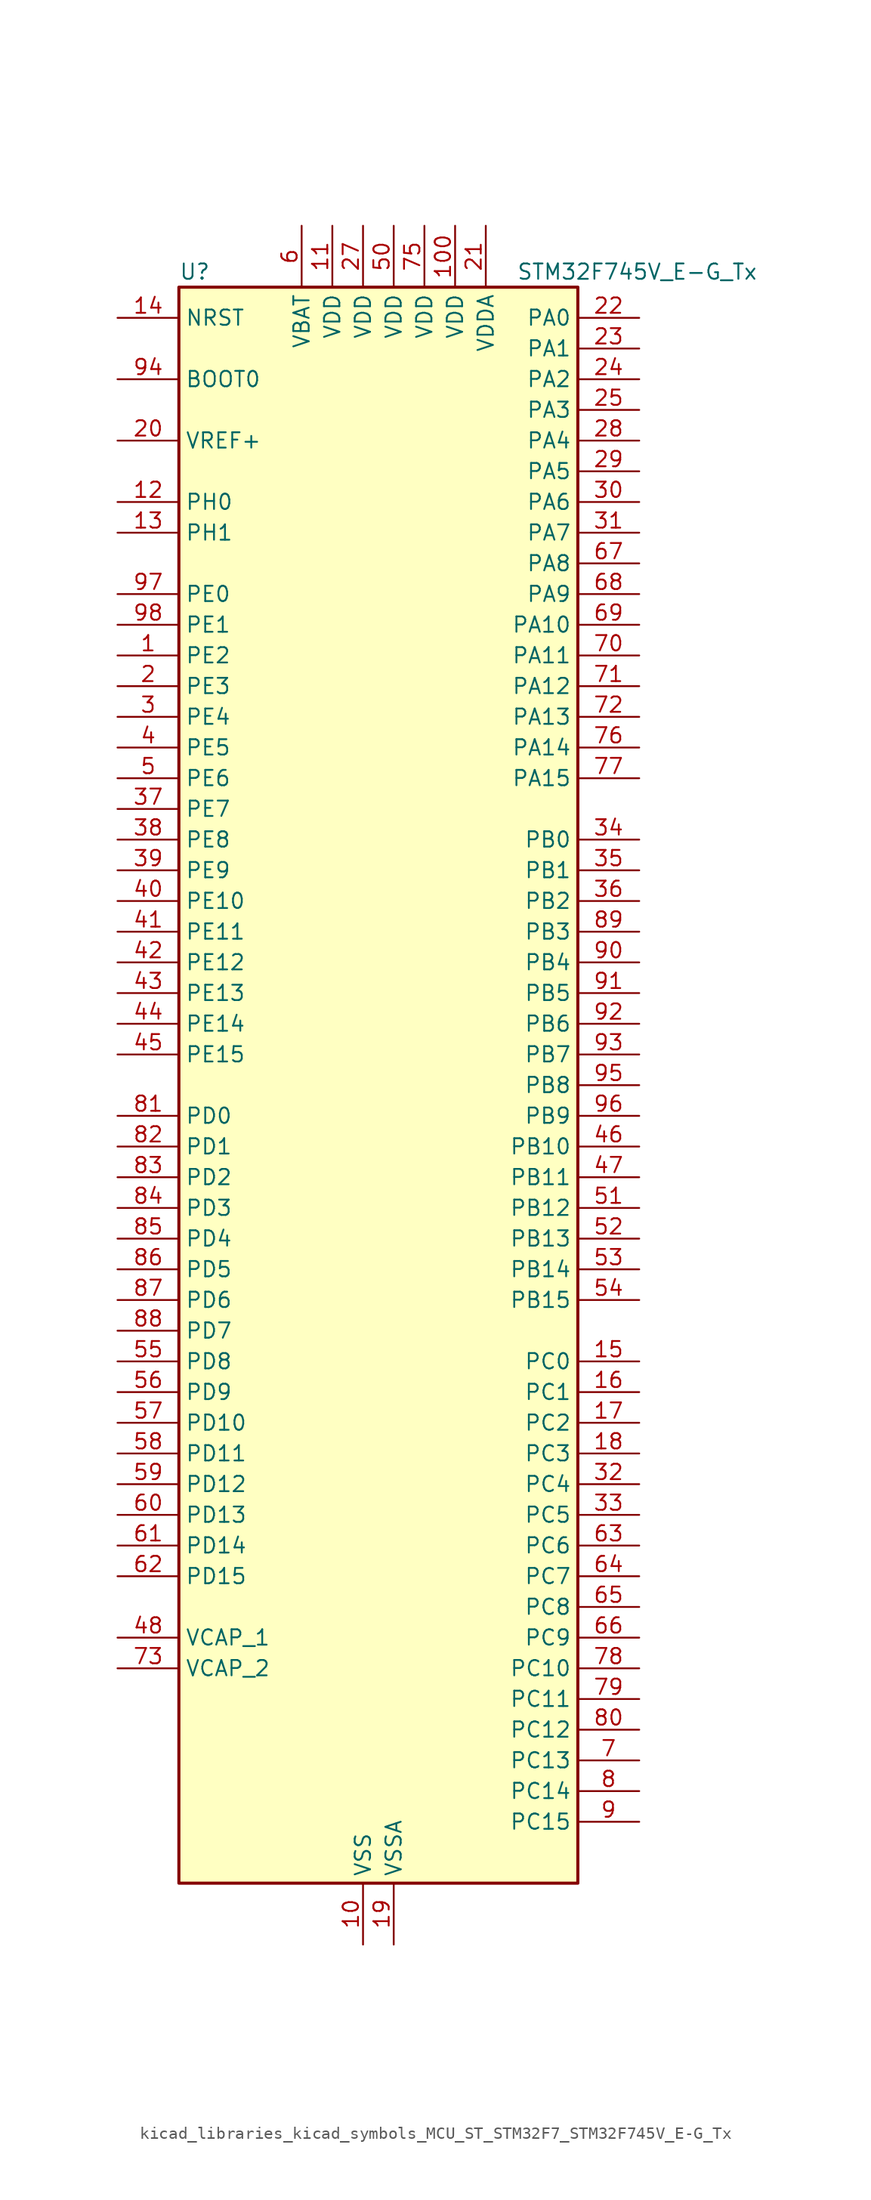
<source format=kicad_sym>
(kicad_symbol_lib
  (version 20220914)
  (generator kicad_symbol_editor)
  (symbol "kicad_libraries_kicad_symbols_MCU_ST_STM32F7_STM32F745V_E-G_Tx"
    (property "Reference" "U"
      (at -15.24 67.31 0)
      (effects (font (size 1.27 1.27)) (justify left)))
    (property "Value" "STM32F745V_E-G_Tx"
      (at 12.7 67.31 0)
      (effects (font (size 1.27 1.27)) (justify left)))
    (property "ki_locked" ""
      (at 0 0 0)
      (effects (font (size 1.27 1.27))))
    (symbol "kicad_libraries_kicad_symbols_MCU_ST_STM32F7_STM32F745V_E-G_Tx_0_1"
      (rectangle (start -15.24 -66.04) (end 17.78 66.04) (stroke (width 0.254) (type default)) (fill (type background))))
    (symbol "kicad_libraries_kicad_symbols_MCU_ST_STM32F7_STM32F745V_E-G_Tx_1_1"
      (pin bidirectional line (at -20.32 35.56 0) (length 5.08) (name "PE2" (effects (font (size 1.27 1.27)))) (number "1" (effects (font (size 1.27 1.27)))) (alternate "ETH_TXD3" bidirectional line) (alternate "FMC_A23" bidirectional line) (alternate "QUADSPI_BK1_IO2" bidirectional line) (alternate "SAI1_MCLK_A" bidirectional line) (alternate "SPI4_SCK" bidirectional line) (alternate "SYS_TRACECLK" bidirectional line))
      (pin power_in line (at 0 -71.12 90) (length 5.08) (name "VSS" (effects (font (size 1.27 1.27)))) (number "10" (effects (font (size 1.27 1.27)))))
      (pin power_in line (at 7.62 71.12 270) (length 5.08) (name "VDD" (effects (font (size 1.27 1.27)))) (number "100" (effects (font (size 1.27 1.27)))))
      (pin power_in line (at -2.54 71.12 270) (length 5.08) (name "VDD" (effects (font (size 1.27 1.27)))) (number "11" (effects (font (size 1.27 1.27)))))
      (pin bidirectional line (at -20.32 48.26 0) (length 5.08) (name "PH0" (effects (font (size 1.27 1.27)))) (number "12" (effects (font (size 1.27 1.27)))) (alternate "RCC_OSC_IN" bidirectional line))
      (pin bidirectional line (at -20.32 45.72 0) (length 5.08) (name "PH1" (effects (font (size 1.27 1.27)))) (number "13" (effects (font (size 1.27 1.27)))) (alternate "RCC_OSC_OUT" bidirectional line))
      (pin input line (at -20.32 63.5 0) (length 5.08) (name "NRST" (effects (font (size 1.27 1.27)))) (number "14" (effects (font (size 1.27 1.27)))))
      (pin bidirectional line (at 22.86 -22.86 180) (length 5.08) (name "PC0" (effects (font (size 1.27 1.27)))) (number "15" (effects (font (size 1.27 1.27)))) (alternate "ADC1_IN10" bidirectional line) (alternate "ADC2_IN10" bidirectional line) (alternate "ADC3_IN10" bidirectional line) (alternate "FMC_SDNWE" bidirectional line) (alternate "SAI2_FS_B" bidirectional line) (alternate "USB_OTG_HS_ULPI_STP" bidirectional line))
      (pin bidirectional line (at 22.86 -25.4 180) (length 5.08) (name "PC1" (effects (font (size 1.27 1.27)))) (number "16" (effects (font (size 1.27 1.27)))) (alternate "ADC1_IN11" bidirectional line) (alternate "ADC2_IN11" bidirectional line) (alternate "ADC3_IN11" bidirectional line) (alternate "ETH_MDC" bidirectional line) (alternate "I2S2_SD" bidirectional line) (alternate "RTC_TAMP3" bidirectional line) (alternate "RTC_TS" bidirectional line) (alternate "SAI1_SD_A" bidirectional line) (alternate "SPI2_MOSI" bidirectional line) (alternate "SYS_TRACED0" bidirectional line) (alternate "SYS_WKUP3" bidirectional line))
      (pin bidirectional line (at 22.86 -27.94 180) (length 5.08) (name "PC2" (effects (font (size 1.27 1.27)))) (number "17" (effects (font (size 1.27 1.27)))) (alternate "ADC1_IN12" bidirectional line) (alternate "ADC2_IN12" bidirectional line) (alternate "ADC3_IN12" bidirectional line) (alternate "ETH_TXD2" bidirectional line) (alternate "FMC_SDNE0" bidirectional line) (alternate "SPI2_MISO" bidirectional line) (alternate "USB_OTG_HS_ULPI_DIR" bidirectional line))
      (pin bidirectional line (at 22.86 -30.48 180) (length 5.08) (name "PC3" (effects (font (size 1.27 1.27)))) (number "18" (effects (font (size 1.27 1.27)))) (alternate "ADC1_IN13" bidirectional line) (alternate "ADC2_IN13" bidirectional line) (alternate "ADC3_IN13" bidirectional line) (alternate "ETH_TX_CLK" bidirectional line) (alternate "FMC_SDCKE0" bidirectional line) (alternate "I2S2_SD" bidirectional line) (alternate "SPI2_MOSI" bidirectional line) (alternate "USB_OTG_HS_ULPI_NXT" bidirectional line))
      (pin power_in line (at 2.54 -71.12 90) (length 5.08) (name "VSSA" (effects (font (size 1.27 1.27)))) (number "19" (effects (font (size 1.27 1.27)))))
      (pin bidirectional line (at -20.32 33.02 0) (length 5.08) (name "PE3" (effects (font (size 1.27 1.27)))) (number "2" (effects (font (size 1.27 1.27)))) (alternate "FMC_A19" bidirectional line) (alternate "SAI1_SD_B" bidirectional line) (alternate "SYS_TRACED0" bidirectional line))
      (pin input line (at -20.32 53.34 0) (length 5.08) (name "VREF+" (effects (font (size 1.27 1.27)))) (number "20" (effects (font (size 1.27 1.27)))))
      (pin power_in line (at 10.16 71.12 270) (length 5.08) (name "VDDA" (effects (font (size 1.27 1.27)))) (number "21" (effects (font (size 1.27 1.27)))))
      (pin bidirectional line (at 22.86 63.5 180) (length 5.08) (name "PA0" (effects (font (size 1.27 1.27)))) (number "22" (effects (font (size 1.27 1.27)))) (alternate "ADC1_IN0" bidirectional line) (alternate "ADC2_IN0" bidirectional line) (alternate "ADC3_IN0" bidirectional line) (alternate "ETH_CRS" bidirectional line) (alternate "SAI2_SD_B" bidirectional line) (alternate "SYS_WKUP1" bidirectional line) (alternate "TIM2_CH1" bidirectional line) (alternate "TIM2_ETR" bidirectional line) (alternate "TIM5_CH1" bidirectional line) (alternate "TIM8_ETR" bidirectional line) (alternate "UART4_TX" bidirectional line) (alternate "USART2_CTS" bidirectional line))
      (pin bidirectional line (at 22.86 60.96 180) (length 5.08) (name "PA1" (effects (font (size 1.27 1.27)))) (number "23" (effects (font (size 1.27 1.27)))) (alternate "ADC1_IN1" bidirectional line) (alternate "ADC2_IN1" bidirectional line) (alternate "ADC3_IN1" bidirectional line) (alternate "ETH_REF_CLK" bidirectional line) (alternate "ETH_RX_CLK" bidirectional line) (alternate "QUADSPI_BK1_IO3" bidirectional line) (alternate "SAI2_MCLK_B" bidirectional line) (alternate "TIM2_CH2" bidirectional line) (alternate "TIM5_CH2" bidirectional line) (alternate "UART4_RX" bidirectional line) (alternate "USART2_DE" bidirectional line) (alternate "USART2_RTS" bidirectional line))
      (pin bidirectional line (at 22.86 58.42 180) (length 5.08) (name "PA2" (effects (font (size 1.27 1.27)))) (number "24" (effects (font (size 1.27 1.27)))) (alternate "ADC1_IN2" bidirectional line) (alternate "ADC2_IN2" bidirectional line) (alternate "ADC3_IN2" bidirectional line) (alternate "ETH_MDIO" bidirectional line) (alternate "SAI2_SCK_B" bidirectional line) (alternate "SYS_WKUP2" bidirectional line) (alternate "TIM2_CH3" bidirectional line) (alternate "TIM5_CH3" bidirectional line) (alternate "TIM9_CH1" bidirectional line) (alternate "USART2_TX" bidirectional line))
      (pin bidirectional line (at 22.86 55.88 180) (length 5.08) (name "PA3" (effects (font (size 1.27 1.27)))) (number "25" (effects (font (size 1.27 1.27)))) (alternate "ADC1_IN3" bidirectional line) (alternate "ADC2_IN3" bidirectional line) (alternate "ADC3_IN3" bidirectional line) (alternate "ETH_COL" bidirectional line) (alternate "TIM2_CH4" bidirectional line) (alternate "TIM5_CH4" bidirectional line) (alternate "TIM9_CH2" bidirectional line) (alternate "USART2_RX" bidirectional line) (alternate "USB_OTG_HS_ULPI_D0" bidirectional line))
      (pin passive line (at 0 -71.12 90) (length 5.08) hide (name "VSS" (effects (font (size 1.27 1.27)))) (number "26" (effects (font (size 1.27 1.27)))))
      (pin power_in line (at 0 71.12 270) (length 5.08) (name "VDD" (effects (font (size 1.27 1.27)))) (number "27" (effects (font (size 1.27 1.27)))))
      (pin bidirectional line (at 22.86 53.34 180) (length 5.08) (name "PA4" (effects (font (size 1.27 1.27)))) (number "28" (effects (font (size 1.27 1.27)))) (alternate "ADC1_IN4" bidirectional line) (alternate "ADC2_IN4" bidirectional line) (alternate "DAC_OUT1" bidirectional line) (alternate "DCMI_HSYNC" bidirectional line) (alternate "I2S1_WS" bidirectional line) (alternate "I2S3_WS" bidirectional line) (alternate "SPI1_NSS" bidirectional line) (alternate "SPI3_NSS" bidirectional line) (alternate "USART2_CK" bidirectional line) (alternate "USB_OTG_HS_SOF" bidirectional line))
      (pin bidirectional line (at 22.86 50.8 180) (length 5.08) (name "PA5" (effects (font (size 1.27 1.27)))) (number "29" (effects (font (size 1.27 1.27)))) (alternate "ADC1_IN5" bidirectional line) (alternate "ADC2_IN5" bidirectional line) (alternate "DAC_OUT2" bidirectional line) (alternate "I2S1_CK" bidirectional line) (alternate "SPI1_SCK" bidirectional line) (alternate "TIM2_CH1" bidirectional line) (alternate "TIM2_ETR" bidirectional line) (alternate "TIM8_CH1N" bidirectional line) (alternate "USB_OTG_HS_ULPI_CK" bidirectional line))
      (pin bidirectional line (at -20.32 30.48 0) (length 5.08) (name "PE4" (effects (font (size 1.27 1.27)))) (number "3" (effects (font (size 1.27 1.27)))) (alternate "DCMI_D4" bidirectional line) (alternate "FMC_A20" bidirectional line) (alternate "SAI1_FS_A" bidirectional line) (alternate "SPI4_NSS" bidirectional line) (alternate "SYS_TRACED1" bidirectional line))
      (pin bidirectional line (at 22.86 48.26 180) (length 5.08) (name "PA6" (effects (font (size 1.27 1.27)))) (number "30" (effects (font (size 1.27 1.27)))) (alternate "ADC1_IN6" bidirectional line) (alternate "ADC2_IN6" bidirectional line) (alternate "DCMI_PIXCLK" bidirectional line) (alternate "SPI1_MISO" bidirectional line) (alternate "TIM13_CH1" bidirectional line) (alternate "TIM1_BKIN" bidirectional line) (alternate "TIM3_CH1" bidirectional line) (alternate "TIM8_BKIN" bidirectional line))
      (pin bidirectional line (at 22.86 45.72 180) (length 5.08) (name "PA7" (effects (font (size 1.27 1.27)))) (number "31" (effects (font (size 1.27 1.27)))) (alternate "ADC1_IN7" bidirectional line) (alternate "ADC2_IN7" bidirectional line) (alternate "ETH_CRS_DV" bidirectional line) (alternate "ETH_RX_DV" bidirectional line) (alternate "FMC_SDNWE" bidirectional line) (alternate "I2S1_SD" bidirectional line) (alternate "SPI1_MOSI" bidirectional line) (alternate "TIM14_CH1" bidirectional line) (alternate "TIM1_CH1N" bidirectional line) (alternate "TIM3_CH2" bidirectional line) (alternate "TIM8_CH1N" bidirectional line))
      (pin bidirectional line (at 22.86 -33.02 180) (length 5.08) (name "PC4" (effects (font (size 1.27 1.27)))) (number "32" (effects (font (size 1.27 1.27)))) (alternate "ADC1_IN14" bidirectional line) (alternate "ADC2_IN14" bidirectional line) (alternate "ETH_RXD0" bidirectional line) (alternate "FMC_SDNE0" bidirectional line) (alternate "I2S1_MCK" bidirectional line) (alternate "SPDIFRX_IN2" bidirectional line))
      (pin bidirectional line (at 22.86 -35.56 180) (length 5.08) (name "PC5" (effects (font (size 1.27 1.27)))) (number "33" (effects (font (size 1.27 1.27)))) (alternate "ADC1_IN15" bidirectional line) (alternate "ADC2_IN15" bidirectional line) (alternate "ETH_RXD1" bidirectional line) (alternate "FMC_SDCKE0" bidirectional line) (alternate "SPDIFRX_IN3" bidirectional line))
      (pin bidirectional line (at 22.86 20.32 180) (length 5.08) (name "PB0" (effects (font (size 1.27 1.27)))) (number "34" (effects (font (size 1.27 1.27)))) (alternate "ADC1_IN8" bidirectional line) (alternate "ADC2_IN8" bidirectional line) (alternate "ETH_RXD2" bidirectional line) (alternate "TIM1_CH2N" bidirectional line) (alternate "TIM3_CH3" bidirectional line) (alternate "TIM8_CH2N" bidirectional line) (alternate "UART4_CTS" bidirectional line) (alternate "USB_OTG_HS_ULPI_D1" bidirectional line))
      (pin bidirectional line (at 22.86 17.78 180) (length 5.08) (name "PB1" (effects (font (size 1.27 1.27)))) (number "35" (effects (font (size 1.27 1.27)))) (alternate "ADC1_IN9" bidirectional line) (alternate "ADC2_IN9" bidirectional line) (alternate "ETH_RXD3" bidirectional line) (alternate "TIM1_CH3N" bidirectional line) (alternate "TIM3_CH4" bidirectional line) (alternate "TIM8_CH3N" bidirectional line) (alternate "USB_OTG_HS_ULPI_D2" bidirectional line))
      (pin bidirectional line (at 22.86 15.24 180) (length 5.08) (name "PB2" (effects (font (size 1.27 1.27)))) (number "36" (effects (font (size 1.27 1.27)))) (alternate "I2S3_SD" bidirectional line) (alternate "QUADSPI_CLK" bidirectional line) (alternate "SAI1_SD_A" bidirectional line) (alternate "SPI3_MOSI" bidirectional line))
      (pin bidirectional line (at -20.32 22.86 0) (length 5.08) (name "PE7" (effects (font (size 1.27 1.27)))) (number "37" (effects (font (size 1.27 1.27)))) (alternate "FMC_D4" bidirectional line) (alternate "FMC_DA4" bidirectional line) (alternate "QUADSPI_BK2_IO0" bidirectional line) (alternate "TIM1_ETR" bidirectional line) (alternate "UART7_RX" bidirectional line))
      (pin bidirectional line (at -20.32 20.32 0) (length 5.08) (name "PE8" (effects (font (size 1.27 1.27)))) (number "38" (effects (font (size 1.27 1.27)))) (alternate "FMC_D5" bidirectional line) (alternate "FMC_DA5" bidirectional line) (alternate "QUADSPI_BK2_IO1" bidirectional line) (alternate "TIM1_CH1N" bidirectional line) (alternate "UART7_TX" bidirectional line))
      (pin bidirectional line (at -20.32 17.78 0) (length 5.08) (name "PE9" (effects (font (size 1.27 1.27)))) (number "39" (effects (font (size 1.27 1.27)))) (alternate "DAC_EXTI9" bidirectional line) (alternate "FMC_D6" bidirectional line) (alternate "FMC_DA6" bidirectional line) (alternate "QUADSPI_BK2_IO2" bidirectional line) (alternate "TIM1_CH1" bidirectional line) (alternate "UART7_DE" bidirectional line) (alternate "UART7_RTS" bidirectional line))
      (pin bidirectional line (at -20.32 27.94 0) (length 5.08) (name "PE5" (effects (font (size 1.27 1.27)))) (number "4" (effects (font (size 1.27 1.27)))) (alternate "DCMI_D6" bidirectional line) (alternate "FMC_A21" bidirectional line) (alternate "SAI1_SCK_A" bidirectional line) (alternate "SPI4_MISO" bidirectional line) (alternate "SYS_TRACED2" bidirectional line) (alternate "TIM9_CH1" bidirectional line))
      (pin bidirectional line (at -20.32 15.24 0) (length 5.08) (name "PE10" (effects (font (size 1.27 1.27)))) (number "40" (effects (font (size 1.27 1.27)))) (alternate "FMC_D7" bidirectional line) (alternate "FMC_DA7" bidirectional line) (alternate "QUADSPI_BK2_IO3" bidirectional line) (alternate "TIM1_CH2N" bidirectional line) (alternate "UART7_CTS" bidirectional line))
      (pin bidirectional line (at -20.32 12.7 0) (length 5.08) (name "PE11" (effects (font (size 1.27 1.27)))) (number "41" (effects (font (size 1.27 1.27)))) (alternate "ADC1_EXTI11" bidirectional line) (alternate "ADC2_EXTI11" bidirectional line) (alternate "ADC3_EXTI11" bidirectional line) (alternate "FMC_D8" bidirectional line) (alternate "FMC_DA8" bidirectional line) (alternate "SAI2_SD_B" bidirectional line) (alternate "SPI4_NSS" bidirectional line) (alternate "TIM1_CH2" bidirectional line))
      (pin bidirectional line (at -20.32 10.16 0) (length 5.08) (name "PE12" (effects (font (size 1.27 1.27)))) (number "42" (effects (font (size 1.27 1.27)))) (alternate "FMC_D9" bidirectional line) (alternate "FMC_DA9" bidirectional line) (alternate "SAI2_SCK_B" bidirectional line) (alternate "SPI4_SCK" bidirectional line) (alternate "TIM1_CH3N" bidirectional line))
      (pin bidirectional line (at -20.32 7.62 0) (length 5.08) (name "PE13" (effects (font (size 1.27 1.27)))) (number "43" (effects (font (size 1.27 1.27)))) (alternate "FMC_D10" bidirectional line) (alternate "FMC_DA10" bidirectional line) (alternate "SAI2_FS_B" bidirectional line) (alternate "SPI4_MISO" bidirectional line) (alternate "TIM1_CH3" bidirectional line))
      (pin bidirectional line (at -20.32 5.08 0) (length 5.08) (name "PE14" (effects (font (size 1.27 1.27)))) (number "44" (effects (font (size 1.27 1.27)))) (alternate "FMC_D11" bidirectional line) (alternate "FMC_DA11" bidirectional line) (alternate "SAI2_MCLK_B" bidirectional line) (alternate "SPI4_MOSI" bidirectional line) (alternate "TIM1_CH4" bidirectional line))
      (pin bidirectional line (at -20.32 2.54 0) (length 5.08) (name "PE15" (effects (font (size 1.27 1.27)))) (number "45" (effects (font (size 1.27 1.27)))) (alternate "FMC_D12" bidirectional line) (alternate "FMC_DA12" bidirectional line) (alternate "TIM1_BKIN" bidirectional line))
      (pin bidirectional line (at 22.86 -5.08 180) (length 5.08) (name "PB10" (effects (font (size 1.27 1.27)))) (number "46" (effects (font (size 1.27 1.27)))) (alternate "ETH_RX_ER" bidirectional line) (alternate "I2C2_SCL" bidirectional line) (alternate "I2S2_CK" bidirectional line) (alternate "SPI2_SCK" bidirectional line) (alternate "TIM2_CH3" bidirectional line) (alternate "USART3_TX" bidirectional line) (alternate "USB_OTG_HS_ULPI_D3" bidirectional line))
      (pin bidirectional line (at 22.86 -7.62 180) (length 5.08) (name "PB11" (effects (font (size 1.27 1.27)))) (number "47" (effects (font (size 1.27 1.27)))) (alternate "ADC1_EXTI11" bidirectional line) (alternate "ADC2_EXTI11" bidirectional line) (alternate "ADC3_EXTI11" bidirectional line) (alternate "ETH_TX_EN" bidirectional line) (alternate "I2C2_SDA" bidirectional line) (alternate "TIM2_CH4" bidirectional line) (alternate "USART3_RX" bidirectional line) (alternate "USB_OTG_HS_ULPI_D4" bidirectional line))
      (pin power_out line (at -20.32 -45.72 0) (length 5.08) (name "VCAP_1" (effects (font (size 1.27 1.27)))) (number "48" (effects (font (size 1.27 1.27)))))
      (pin passive line (at 0 -71.12 90) (length 5.08) hide (name "VSS" (effects (font (size 1.27 1.27)))) (number "49" (effects (font (size 1.27 1.27)))))
      (pin bidirectional line (at -20.32 25.4 0) (length 5.08) (name "PE6" (effects (font (size 1.27 1.27)))) (number "5" (effects (font (size 1.27 1.27)))) (alternate "DCMI_D7" bidirectional line) (alternate "FMC_A22" bidirectional line) (alternate "SAI1_SD_A" bidirectional line) (alternate "SAI2_MCLK_B" bidirectional line) (alternate "SPI4_MOSI" bidirectional line) (alternate "SYS_TRACED3" bidirectional line) (alternate "TIM1_BKIN2" bidirectional line) (alternate "TIM9_CH2" bidirectional line))
      (pin power_in line (at 2.54 71.12 270) (length 5.08) (name "VDD" (effects (font (size 1.27 1.27)))) (number "50" (effects (font (size 1.27 1.27)))))
      (pin bidirectional line (at 22.86 -10.16 180) (length 5.08) (name "PB12" (effects (font (size 1.27 1.27)))) (number "51" (effects (font (size 1.27 1.27)))) (alternate "CAN2_RX" bidirectional line) (alternate "ETH_TXD0" bidirectional line) (alternate "I2C2_SMBA" bidirectional line) (alternate "I2S2_WS" bidirectional line) (alternate "SPI2_NSS" bidirectional line) (alternate "TIM1_BKIN" bidirectional line) (alternate "USART3_CK" bidirectional line) (alternate "USB_OTG_HS_ID" bidirectional line) (alternate "USB_OTG_HS_ULPI_D5" bidirectional line))
      (pin bidirectional line (at 22.86 -12.7 180) (length 5.08) (name "PB13" (effects (font (size 1.27 1.27)))) (number "52" (effects (font (size 1.27 1.27)))) (alternate "CAN2_TX" bidirectional line) (alternate "ETH_TXD1" bidirectional line) (alternate "I2S2_CK" bidirectional line) (alternate "SPI2_SCK" bidirectional line) (alternate "TIM1_CH1N" bidirectional line) (alternate "USART3_CTS" bidirectional line) (alternate "USB_OTG_HS_ULPI_D6" bidirectional line) (alternate "USB_OTG_HS_VBUS" bidirectional line))
      (pin bidirectional line (at 22.86 -15.24 180) (length 5.08) (name "PB14" (effects (font (size 1.27 1.27)))) (number "53" (effects (font (size 1.27 1.27)))) (alternate "SPI2_MISO" bidirectional line) (alternate "TIM12_CH1" bidirectional line) (alternate "TIM1_CH2N" bidirectional line) (alternate "TIM8_CH2N" bidirectional line) (alternate "USART3_DE" bidirectional line) (alternate "USART3_RTS" bidirectional line) (alternate "USB_OTG_HS_DM" bidirectional line))
      (pin bidirectional line (at 22.86 -17.78 180) (length 5.08) (name "PB15" (effects (font (size 1.27 1.27)))) (number "54" (effects (font (size 1.27 1.27)))) (alternate "I2S2_SD" bidirectional line) (alternate "RTC_REFIN" bidirectional line) (alternate "SPI2_MOSI" bidirectional line) (alternate "TIM12_CH2" bidirectional line) (alternate "TIM1_CH3N" bidirectional line) (alternate "TIM8_CH3N" bidirectional line) (alternate "USB_OTG_HS_DP" bidirectional line))
      (pin bidirectional line (at -20.32 -22.86 0) (length 5.08) (name "PD8" (effects (font (size 1.27 1.27)))) (number "55" (effects (font (size 1.27 1.27)))) (alternate "FMC_D13" bidirectional line) (alternate "FMC_DA13" bidirectional line) (alternate "SPDIFRX_IN1" bidirectional line) (alternate "USART3_TX" bidirectional line))
      (pin bidirectional line (at -20.32 -25.4 0) (length 5.08) (name "PD9" (effects (font (size 1.27 1.27)))) (number "56" (effects (font (size 1.27 1.27)))) (alternate "DAC_EXTI9" bidirectional line) (alternate "FMC_D14" bidirectional line) (alternate "FMC_DA14" bidirectional line) (alternate "USART3_RX" bidirectional line))
      (pin bidirectional line (at -20.32 -27.94 0) (length 5.08) (name "PD10" (effects (font (size 1.27 1.27)))) (number "57" (effects (font (size 1.27 1.27)))) (alternate "FMC_D15" bidirectional line) (alternate "FMC_DA15" bidirectional line) (alternate "USART3_CK" bidirectional line))
      (pin bidirectional line (at -20.32 -30.48 0) (length 5.08) (name "PD11" (effects (font (size 1.27 1.27)))) (number "58" (effects (font (size 1.27 1.27)))) (alternate "ADC1_EXTI11" bidirectional line) (alternate "ADC2_EXTI11" bidirectional line) (alternate "ADC3_EXTI11" bidirectional line) (alternate "FMC_A16" bidirectional line) (alternate "FMC_CLE" bidirectional line) (alternate "I2C4_SMBA" bidirectional line) (alternate "QUADSPI_BK1_IO0" bidirectional line) (alternate "SAI2_SD_A" bidirectional line) (alternate "USART3_CTS" bidirectional line))
      (pin bidirectional line (at -20.32 -33.02 0) (length 5.08) (name "PD12" (effects (font (size 1.27 1.27)))) (number "59" (effects (font (size 1.27 1.27)))) (alternate "FMC_A17" bidirectional line) (alternate "FMC_ALE" bidirectional line) (alternate "I2C4_SCL" bidirectional line) (alternate "LPTIM1_IN1" bidirectional line) (alternate "QUADSPI_BK1_IO1" bidirectional line) (alternate "SAI2_FS_A" bidirectional line) (alternate "TIM4_CH1" bidirectional line) (alternate "USART3_DE" bidirectional line) (alternate "USART3_RTS" bidirectional line))
      (pin power_in line (at -5.08 71.12 270) (length 5.08) (name "VBAT" (effects (font (size 1.27 1.27)))) (number "6" (effects (font (size 1.27 1.27)))))
      (pin bidirectional line (at -20.32 -35.56 0) (length 5.08) (name "PD13" (effects (font (size 1.27 1.27)))) (number "60" (effects (font (size 1.27 1.27)))) (alternate "FMC_A18" bidirectional line) (alternate "I2C4_SDA" bidirectional line) (alternate "LPTIM1_OUT" bidirectional line) (alternate "QUADSPI_BK1_IO3" bidirectional line) (alternate "SAI2_SCK_A" bidirectional line) (alternate "TIM4_CH2" bidirectional line))
      (pin bidirectional line (at -20.32 -38.1 0) (length 5.08) (name "PD14" (effects (font (size 1.27 1.27)))) (number "61" (effects (font (size 1.27 1.27)))) (alternate "FMC_D0" bidirectional line) (alternate "FMC_DA0" bidirectional line) (alternate "TIM4_CH3" bidirectional line) (alternate "UART8_CTS" bidirectional line))
      (pin bidirectional line (at -20.32 -40.64 0) (length 5.08) (name "PD15" (effects (font (size 1.27 1.27)))) (number "62" (effects (font (size 1.27 1.27)))) (alternate "FMC_D1" bidirectional line) (alternate "FMC_DA1" bidirectional line) (alternate "TIM4_CH4" bidirectional line) (alternate "UART8_DE" bidirectional line) (alternate "UART8_RTS" bidirectional line))
      (pin bidirectional line (at 22.86 -38.1 180) (length 5.08) (name "PC6" (effects (font (size 1.27 1.27)))) (number "63" (effects (font (size 1.27 1.27)))) (alternate "DCMI_D0" bidirectional line) (alternate "I2S2_MCK" bidirectional line) (alternate "SDMMC1_D6" bidirectional line) (alternate "TIM3_CH1" bidirectional line) (alternate "TIM8_CH1" bidirectional line) (alternate "USART6_TX" bidirectional line))
      (pin bidirectional line (at 22.86 -40.64 180) (length 5.08) (name "PC7" (effects (font (size 1.27 1.27)))) (number "64" (effects (font (size 1.27 1.27)))) (alternate "DCMI_D1" bidirectional line) (alternate "I2S3_MCK" bidirectional line) (alternate "SDMMC1_D7" bidirectional line) (alternate "TIM3_CH2" bidirectional line) (alternate "TIM8_CH2" bidirectional line) (alternate "USART6_RX" bidirectional line))
      (pin bidirectional line (at 22.86 -43.18 180) (length 5.08) (name "PC8" (effects (font (size 1.27 1.27)))) (number "65" (effects (font (size 1.27 1.27)))) (alternate "DCMI_D2" bidirectional line) (alternate "SDMMC1_D0" bidirectional line) (alternate "SYS_TRACED1" bidirectional line) (alternate "TIM3_CH3" bidirectional line) (alternate "TIM8_CH3" bidirectional line) (alternate "UART5_DE" bidirectional line) (alternate "UART5_RTS" bidirectional line) (alternate "USART6_CK" bidirectional line))
      (pin bidirectional line (at 22.86 -45.72 180) (length 5.08) (name "PC9" (effects (font (size 1.27 1.27)))) (number "66" (effects (font (size 1.27 1.27)))) (alternate "DAC_EXTI9" bidirectional line) (alternate "DCMI_D3" bidirectional line) (alternate "I2C3_SDA" bidirectional line) (alternate "I2S_CKIN" bidirectional line) (alternate "QUADSPI_BK1_IO0" bidirectional line) (alternate "RCC_MCO_2" bidirectional line) (alternate "SDMMC1_D1" bidirectional line) (alternate "TIM3_CH4" bidirectional line) (alternate "TIM8_CH4" bidirectional line) (alternate "UART5_CTS" bidirectional line))
      (pin bidirectional line (at 22.86 43.18 180) (length 5.08) (name "PA8" (effects (font (size 1.27 1.27)))) (number "67" (effects (font (size 1.27 1.27)))) (alternate "I2C3_SCL" bidirectional line) (alternate "RCC_MCO_1" bidirectional line) (alternate "TIM1_CH1" bidirectional line) (alternate "TIM8_BKIN2" bidirectional line) (alternate "USART1_CK" bidirectional line) (alternate "USB_OTG_FS_SOF" bidirectional line))
      (pin bidirectional line (at 22.86 40.64 180) (length 5.08) (name "PA9" (effects (font (size 1.27 1.27)))) (number "68" (effects (font (size 1.27 1.27)))) (alternate "DAC_EXTI9" bidirectional line) (alternate "DCMI_D0" bidirectional line) (alternate "I2C3_SMBA" bidirectional line) (alternate "I2S2_CK" bidirectional line) (alternate "SPI2_SCK" bidirectional line) (alternate "TIM1_CH2" bidirectional line) (alternate "USART1_TX" bidirectional line) (alternate "USB_OTG_FS_VBUS" bidirectional line))
      (pin bidirectional line (at 22.86 38.1 180) (length 5.08) (name "PA10" (effects (font (size 1.27 1.27)))) (number "69" (effects (font (size 1.27 1.27)))) (alternate "DCMI_D1" bidirectional line) (alternate "TIM1_CH3" bidirectional line) (alternate "USART1_RX" bidirectional line) (alternate "USB_OTG_FS_ID" bidirectional line))
      (pin bidirectional line (at 22.86 -55.88 180) (length 5.08) (name "PC13" (effects (font (size 1.27 1.27)))) (number "7" (effects (font (size 1.27 1.27)))) (alternate "RTC_OUT" bidirectional line) (alternate "RTC_TAMP1" bidirectional line) (alternate "RTC_TS" bidirectional line) (alternate "SYS_WKUP4" bidirectional line))
      (pin bidirectional line (at 22.86 35.56 180) (length 5.08) (name "PA11" (effects (font (size 1.27 1.27)))) (number "70" (effects (font (size 1.27 1.27)))) (alternate "ADC1_EXTI11" bidirectional line) (alternate "ADC2_EXTI11" bidirectional line) (alternate "ADC3_EXTI11" bidirectional line) (alternate "CAN1_RX" bidirectional line) (alternate "TIM1_CH4" bidirectional line) (alternate "USART1_CTS" bidirectional line) (alternate "USB_OTG_FS_DM" bidirectional line))
      (pin bidirectional line (at 22.86 33.02 180) (length 5.08) (name "PA12" (effects (font (size 1.27 1.27)))) (number "71" (effects (font (size 1.27 1.27)))) (alternate "CAN1_TX" bidirectional line) (alternate "SAI2_FS_B" bidirectional line) (alternate "TIM1_ETR" bidirectional line) (alternate "USART1_DE" bidirectional line) (alternate "USART1_RTS" bidirectional line) (alternate "USB_OTG_FS_DP" bidirectional line))
      (pin bidirectional line (at 22.86 30.48 180) (length 5.08) (name "PA13" (effects (font (size 1.27 1.27)))) (number "72" (effects (font (size 1.27 1.27)))) (alternate "SYS_JTMS-SWDIO" bidirectional line))
      (pin power_out line (at -20.32 -48.26 0) (length 5.08) (name "VCAP_2" (effects (font (size 1.27 1.27)))) (number "73" (effects (font (size 1.27 1.27)))))
      (pin passive line (at 0 -71.12 90) (length 5.08) hide (name "VSS" (effects (font (size 1.27 1.27)))) (number "74" (effects (font (size 1.27 1.27)))))
      (pin power_in line (at 5.08 71.12 270) (length 5.08) (name "VDD" (effects (font (size 1.27 1.27)))) (number "75" (effects (font (size 1.27 1.27)))))
      (pin bidirectional line (at 22.86 27.94 180) (length 5.08) (name "PA14" (effects (font (size 1.27 1.27)))) (number "76" (effects (font (size 1.27 1.27)))) (alternate "SYS_JTCK-SWCLK" bidirectional line))
      (pin bidirectional line (at 22.86 25.4 180) (length 5.08) (name "PA15" (effects (font (size 1.27 1.27)))) (number "77" (effects (font (size 1.27 1.27)))) (alternate "CEC" bidirectional line) (alternate "I2S1_WS" bidirectional line) (alternate "I2S3_WS" bidirectional line) (alternate "SPI1_NSS" bidirectional line) (alternate "SPI3_NSS" bidirectional line) (alternate "SYS_JTDI" bidirectional line) (alternate "TIM2_CH1" bidirectional line) (alternate "TIM2_ETR" bidirectional line) (alternate "UART4_DE" bidirectional line) (alternate "UART4_RTS" bidirectional line))
      (pin bidirectional line (at 22.86 -48.26 180) (length 5.08) (name "PC10" (effects (font (size 1.27 1.27)))) (number "78" (effects (font (size 1.27 1.27)))) (alternate "DCMI_D8" bidirectional line) (alternate "I2S3_CK" bidirectional line) (alternate "QUADSPI_BK1_IO1" bidirectional line) (alternate "SDMMC1_D2" bidirectional line) (alternate "SPI3_SCK" bidirectional line) (alternate "UART4_TX" bidirectional line) (alternate "USART3_TX" bidirectional line))
      (pin bidirectional line (at 22.86 -50.8 180) (length 5.08) (name "PC11" (effects (font (size 1.27 1.27)))) (number "79" (effects (font (size 1.27 1.27)))) (alternate "ADC1_EXTI11" bidirectional line) (alternate "ADC2_EXTI11" bidirectional line) (alternate "ADC3_EXTI11" bidirectional line) (alternate "DCMI_D4" bidirectional line) (alternate "QUADSPI_BK2_NCS" bidirectional line) (alternate "SDMMC1_D3" bidirectional line) (alternate "SPI3_MISO" bidirectional line) (alternate "UART4_RX" bidirectional line) (alternate "USART3_RX" bidirectional line))
      (pin bidirectional line (at 22.86 -58.42 180) (length 5.08) (name "PC14" (effects (font (size 1.27 1.27)))) (number "8" (effects (font (size 1.27 1.27)))) (alternate "RCC_OSC32_IN" bidirectional line))
      (pin bidirectional line (at 22.86 -53.34 180) (length 5.08) (name "PC12" (effects (font (size 1.27 1.27)))) (number "80" (effects (font (size 1.27 1.27)))) (alternate "DCMI_D9" bidirectional line) (alternate "I2S3_SD" bidirectional line) (alternate "SDMMC1_CK" bidirectional line) (alternate "SPI3_MOSI" bidirectional line) (alternate "SYS_TRACED3" bidirectional line) (alternate "UART5_TX" bidirectional line) (alternate "USART3_CK" bidirectional line))
      (pin bidirectional line (at -20.32 -2.54 0) (length 5.08) (name "PD0" (effects (font (size 1.27 1.27)))) (number "81" (effects (font (size 1.27 1.27)))) (alternate "CAN1_RX" bidirectional line) (alternate "FMC_D2" bidirectional line) (alternate "FMC_DA2" bidirectional line))
      (pin bidirectional line (at -20.32 -5.08 0) (length 5.08) (name "PD1" (effects (font (size 1.27 1.27)))) (number "82" (effects (font (size 1.27 1.27)))) (alternate "CAN1_TX" bidirectional line) (alternate "FMC_D3" bidirectional line) (alternate "FMC_DA3" bidirectional line))
      (pin bidirectional line (at -20.32 -7.62 0) (length 5.08) (name "PD2" (effects (font (size 1.27 1.27)))) (number "83" (effects (font (size 1.27 1.27)))) (alternate "DCMI_D11" bidirectional line) (alternate "SDMMC1_CMD" bidirectional line) (alternate "SYS_TRACED2" bidirectional line) (alternate "TIM3_ETR" bidirectional line) (alternate "UART5_RX" bidirectional line))
      (pin bidirectional line (at -20.32 -10.16 0) (length 5.08) (name "PD3" (effects (font (size 1.27 1.27)))) (number "84" (effects (font (size 1.27 1.27)))) (alternate "DCMI_D5" bidirectional line) (alternate "FMC_CLK" bidirectional line) (alternate "I2S2_CK" bidirectional line) (alternate "SPI2_SCK" bidirectional line) (alternate "USART2_CTS" bidirectional line))
      (pin bidirectional line (at -20.32 -12.7 0) (length 5.08) (name "PD4" (effects (font (size 1.27 1.27)))) (number "85" (effects (font (size 1.27 1.27)))) (alternate "FMC_NOE" bidirectional line) (alternate "USART2_DE" bidirectional line) (alternate "USART2_RTS" bidirectional line))
      (pin bidirectional line (at -20.32 -15.24 0) (length 5.08) (name "PD5" (effects (font (size 1.27 1.27)))) (number "86" (effects (font (size 1.27 1.27)))) (alternate "FMC_NWE" bidirectional line) (alternate "USART2_TX" bidirectional line))
      (pin bidirectional line (at -20.32 -17.78 0) (length 5.08) (name "PD6" (effects (font (size 1.27 1.27)))) (number "87" (effects (font (size 1.27 1.27)))) (alternate "DCMI_D10" bidirectional line) (alternate "FMC_NWAIT" bidirectional line) (alternate "I2S3_SD" bidirectional line) (alternate "SAI1_SD_A" bidirectional line) (alternate "SPI3_MOSI" bidirectional line) (alternate "USART2_RX" bidirectional line))
      (pin bidirectional line (at -20.32 -20.32 0) (length 5.08) (name "PD7" (effects (font (size 1.27 1.27)))) (number "88" (effects (font (size 1.27 1.27)))) (alternate "FMC_NE1" bidirectional line) (alternate "SPDIFRX_IN0" bidirectional line) (alternate "USART2_CK" bidirectional line))
      (pin bidirectional line (at 22.86 12.7 180) (length 5.08) (name "PB3" (effects (font (size 1.27 1.27)))) (number "89" (effects (font (size 1.27 1.27)))) (alternate "I2S1_CK" bidirectional line) (alternate "I2S3_CK" bidirectional line) (alternate "SPI1_SCK" bidirectional line) (alternate "SPI3_SCK" bidirectional line) (alternate "SYS_JTDO-SWO" bidirectional line) (alternate "TIM2_CH2" bidirectional line))
      (pin bidirectional line (at 22.86 -60.96 180) (length 5.08) (name "PC15" (effects (font (size 1.27 1.27)))) (number "9" (effects (font (size 1.27 1.27)))) (alternate "RCC_OSC32_OUT" bidirectional line))
      (pin bidirectional line (at 22.86 10.16 180) (length 5.08) (name "PB4" (effects (font (size 1.27 1.27)))) (number "90" (effects (font (size 1.27 1.27)))) (alternate "I2S2_WS" bidirectional line) (alternate "SPI1_MISO" bidirectional line) (alternate "SPI2_NSS" bidirectional line) (alternate "SPI3_MISO" bidirectional line) (alternate "SYS_JTRST" bidirectional line) (alternate "TIM3_CH1" bidirectional line))
      (pin bidirectional line (at 22.86 7.62 180) (length 5.08) (name "PB5" (effects (font (size 1.27 1.27)))) (number "91" (effects (font (size 1.27 1.27)))) (alternate "CAN2_RX" bidirectional line) (alternate "DCMI_D10" bidirectional line) (alternate "ETH_PPS_OUT" bidirectional line) (alternate "FMC_SDCKE1" bidirectional line) (alternate "I2C1_SMBA" bidirectional line) (alternate "I2S1_SD" bidirectional line) (alternate "I2S3_SD" bidirectional line) (alternate "SPI1_MOSI" bidirectional line) (alternate "SPI3_MOSI" bidirectional line) (alternate "TIM3_CH2" bidirectional line) (alternate "USB_OTG_HS_ULPI_D7" bidirectional line))
      (pin bidirectional line (at 22.86 5.08 180) (length 5.08) (name "PB6" (effects (font (size 1.27 1.27)))) (number "92" (effects (font (size 1.27 1.27)))) (alternate "CAN2_TX" bidirectional line) (alternate "CEC" bidirectional line) (alternate "DCMI_D5" bidirectional line) (alternate "FMC_SDNE1" bidirectional line) (alternate "I2C1_SCL" bidirectional line) (alternate "QUADSPI_BK1_NCS" bidirectional line) (alternate "TIM4_CH1" bidirectional line) (alternate "USART1_TX" bidirectional line))
      (pin bidirectional line (at 22.86 2.54 180) (length 5.08) (name "PB7" (effects (font (size 1.27 1.27)))) (number "93" (effects (font (size 1.27 1.27)))) (alternate "DCMI_VSYNC" bidirectional line) (alternate "FMC_NL" bidirectional line) (alternate "I2C1_SDA" bidirectional line) (alternate "TIM4_CH2" bidirectional line) (alternate "USART1_RX" bidirectional line))
      (pin input line (at -20.32 58.42 0) (length 5.08) (name "BOOT0" (effects (font (size 1.27 1.27)))) (number "94" (effects (font (size 1.27 1.27)))))
      (pin bidirectional line (at 22.86 0 180) (length 5.08) (name "PB8" (effects (font (size 1.27 1.27)))) (number "95" (effects (font (size 1.27 1.27)))) (alternate "CAN1_RX" bidirectional line) (alternate "DCMI_D6" bidirectional line) (alternate "ETH_TXD3" bidirectional line) (alternate "I2C1_SCL" bidirectional line) (alternate "SDMMC1_D4" bidirectional line) (alternate "TIM10_CH1" bidirectional line) (alternate "TIM4_CH3" bidirectional line))
      (pin bidirectional line (at 22.86 -2.54 180) (length 5.08) (name "PB9" (effects (font (size 1.27 1.27)))) (number "96" (effects (font (size 1.27 1.27)))) (alternate "CAN1_TX" bidirectional line) (alternate "DAC_EXTI9" bidirectional line) (alternate "DCMI_D7" bidirectional line) (alternate "I2C1_SDA" bidirectional line) (alternate "I2S2_WS" bidirectional line) (alternate "SDMMC1_D5" bidirectional line) (alternate "SPI2_NSS" bidirectional line) (alternate "TIM11_CH1" bidirectional line) (alternate "TIM4_CH4" bidirectional line))
      (pin bidirectional line (at -20.32 40.64 0) (length 5.08) (name "PE0" (effects (font (size 1.27 1.27)))) (number "97" (effects (font (size 1.27 1.27)))) (alternate "DCMI_D2" bidirectional line) (alternate "FMC_NBL0" bidirectional line) (alternate "LPTIM1_ETR" bidirectional line) (alternate "SAI2_MCLK_A" bidirectional line) (alternate "TIM4_ETR" bidirectional line) (alternate "UART8_RX" bidirectional line))
      (pin bidirectional line (at -20.32 38.1 0) (length 5.08) (name "PE1" (effects (font (size 1.27 1.27)))) (number "98" (effects (font (size 1.27 1.27)))) (alternate "DCMI_D3" bidirectional line) (alternate "FMC_NBL1" bidirectional line) (alternate "LPTIM1_IN2" bidirectional line) (alternate "UART8_TX" bidirectional line))
      (pin passive line (at 0 -71.12 90) (length 5.08) hide (name "VSS" (effects (font (size 1.27 1.27)))) (number "99" (effects (font (size 1.27 1.27))))))))
</source>
